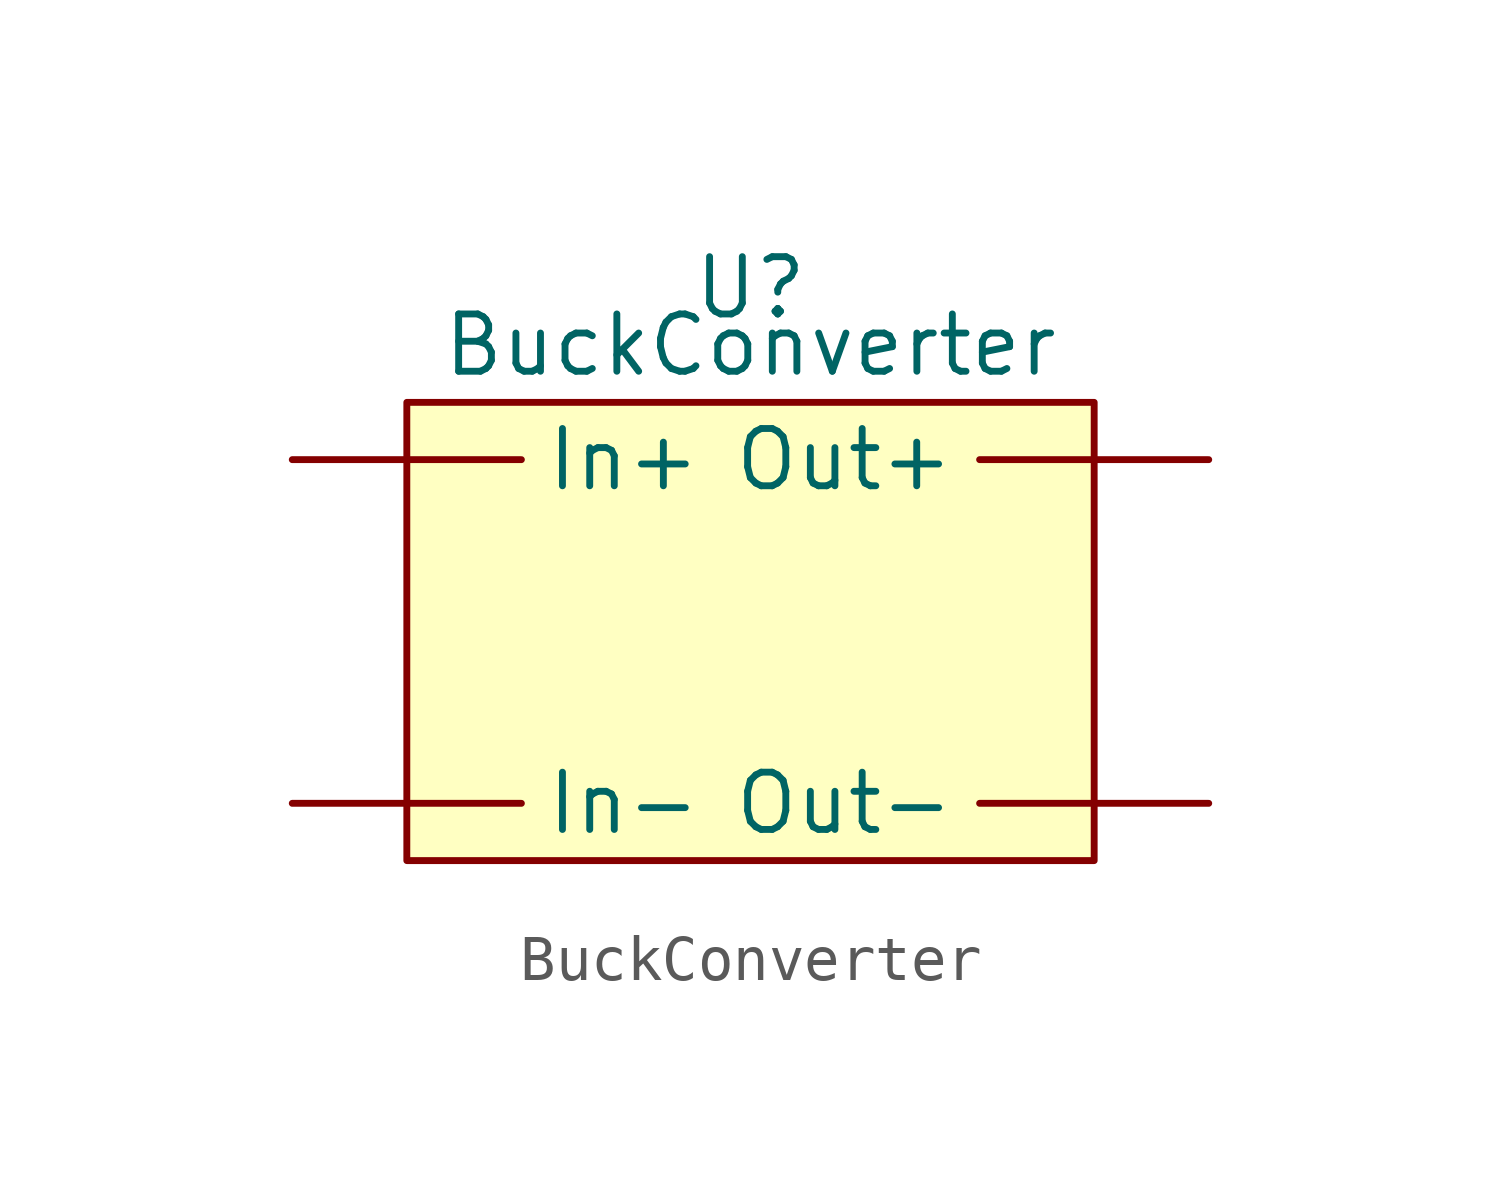
<source format=kicad_sym>
(kicad_symbol_lib
  (version 20211014)
  (generator kicad_symbol_editor)
  (symbol "BuckConverter"
    (property "Reference" "U"
      (at 0 0 0)
      (effects (font (size 1.27 1.27))))
    (property "Value" "BuckConverter"
      (at 0 -1.27 0)
      (effects (font (size 1.27 1.27))))
    (symbol "BuckConverter_0_1"
      (rectangle (start -7.62 -2.54) (end 7.62 -12.7) (stroke (width 0) (type default) (color 0 0 0 0)) (fill (type background))))
    (symbol "BuckConverter_1_1"
      (pin unspecified line (at -10.16 -3.81 0) (length 5.08) (name "In+" (effects (font (size 1.27 1.27)))) (number "" (effects (font (size 1.27 1.27)))))
      (pin unspecified line (at -10.16 -11.43 0) (length 5.08) (name "In-" (effects (font (size 1.27 1.27)))) (number "" (effects (font (size 1.27 1.27)))))
      (pin unspecified line (at 10.16 -3.81 180) (length 5.08) (name "Out+" (effects (font (size 1.27 1.27)))) (number "" (effects (font (size 1.27 1.27)))))
      (pin unspecified line (at 10.16 -11.43 180) (length 5.08) (name "Out-" (effects (font (size 1.27 1.27)))) (number "" (effects (font (size 1.27 1.27))))))))
</source>
